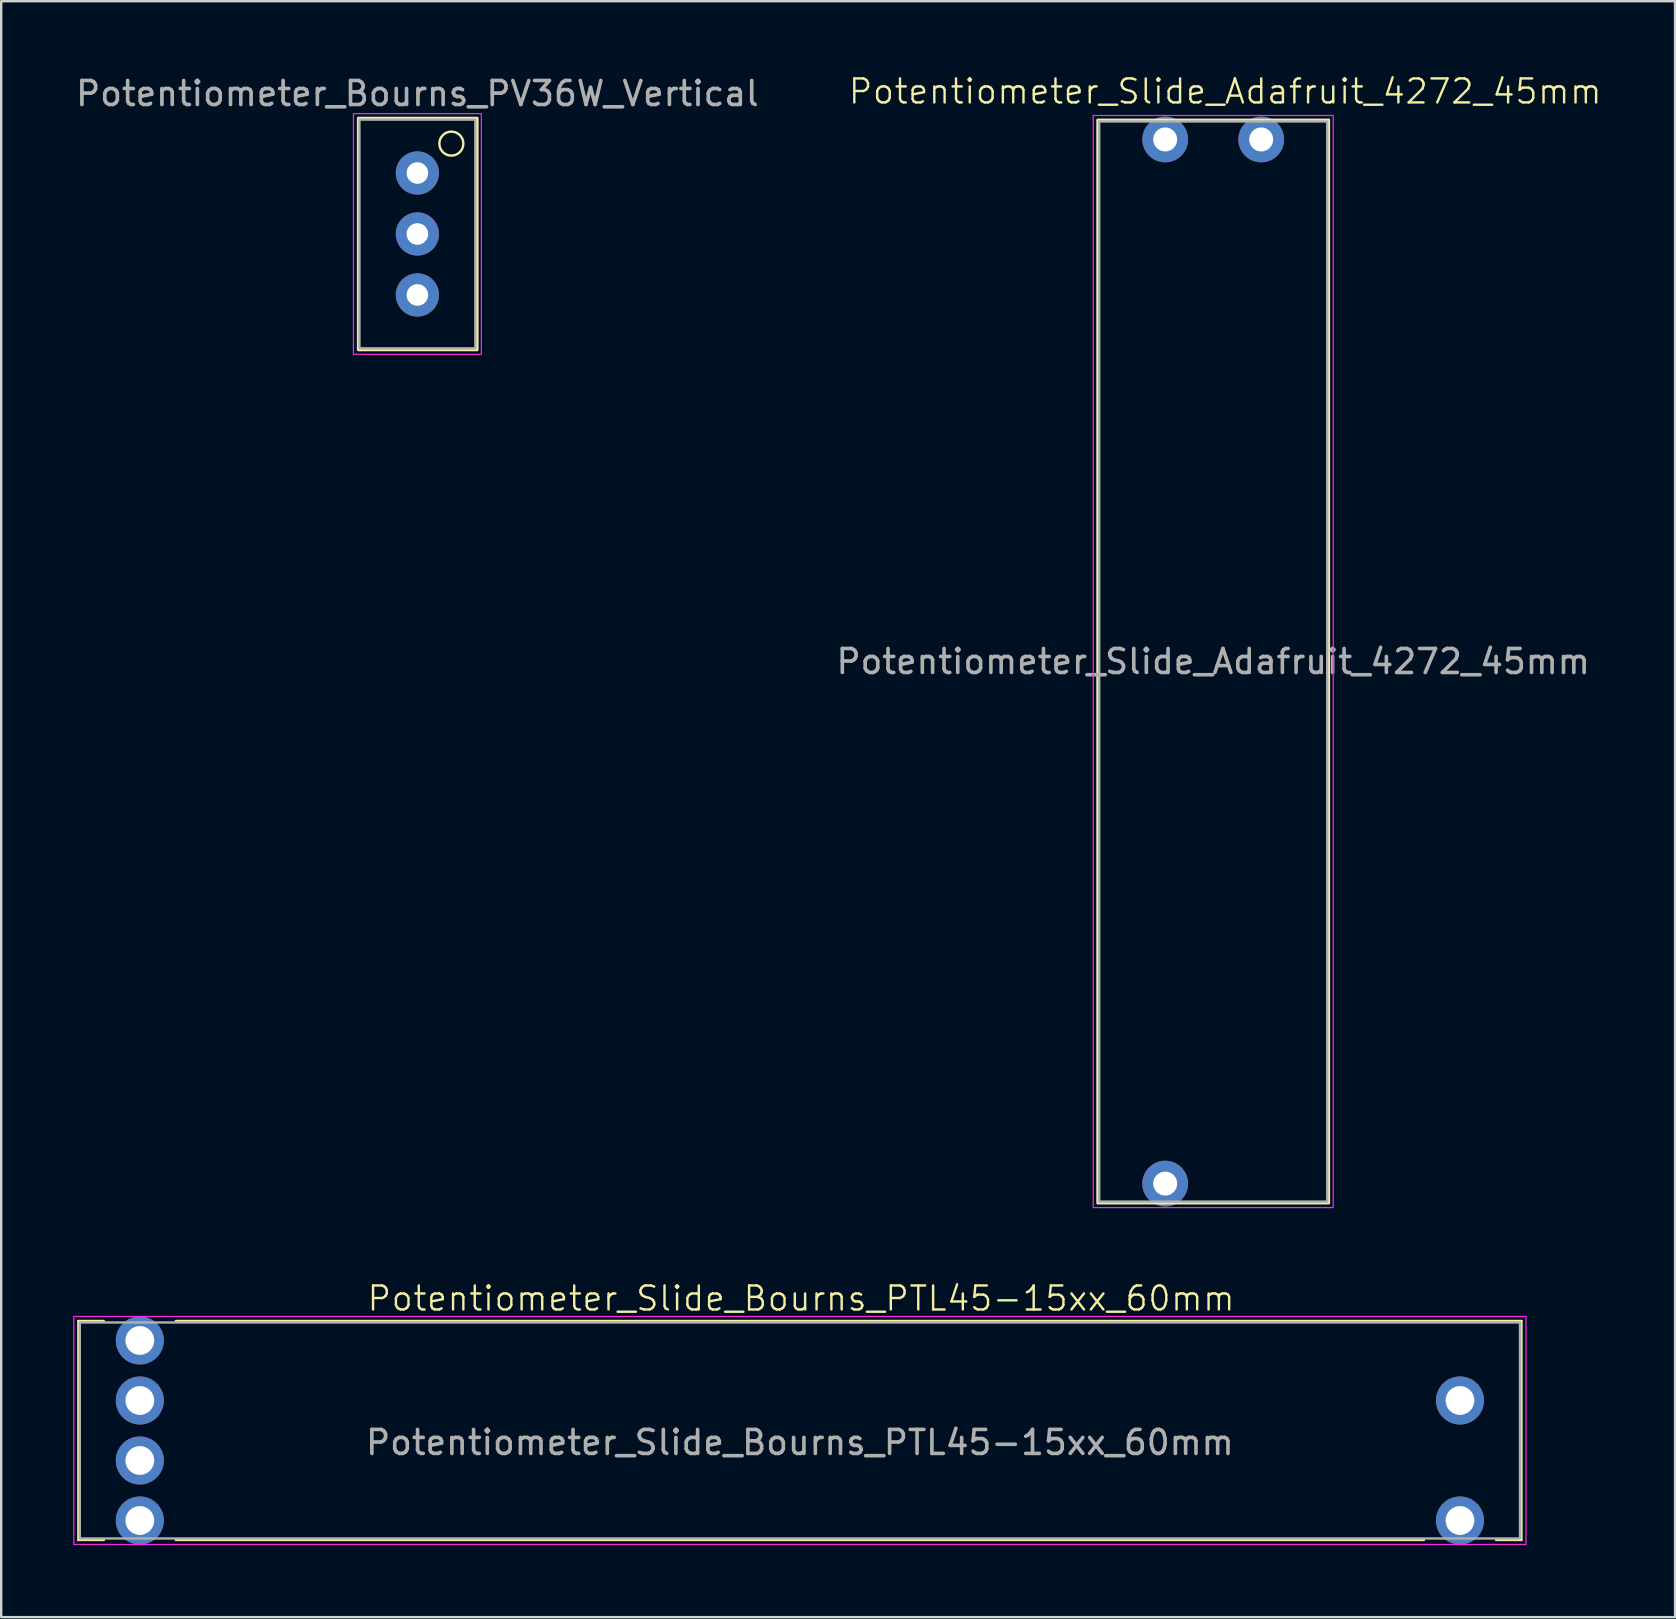
<source format=kicad_pcb>
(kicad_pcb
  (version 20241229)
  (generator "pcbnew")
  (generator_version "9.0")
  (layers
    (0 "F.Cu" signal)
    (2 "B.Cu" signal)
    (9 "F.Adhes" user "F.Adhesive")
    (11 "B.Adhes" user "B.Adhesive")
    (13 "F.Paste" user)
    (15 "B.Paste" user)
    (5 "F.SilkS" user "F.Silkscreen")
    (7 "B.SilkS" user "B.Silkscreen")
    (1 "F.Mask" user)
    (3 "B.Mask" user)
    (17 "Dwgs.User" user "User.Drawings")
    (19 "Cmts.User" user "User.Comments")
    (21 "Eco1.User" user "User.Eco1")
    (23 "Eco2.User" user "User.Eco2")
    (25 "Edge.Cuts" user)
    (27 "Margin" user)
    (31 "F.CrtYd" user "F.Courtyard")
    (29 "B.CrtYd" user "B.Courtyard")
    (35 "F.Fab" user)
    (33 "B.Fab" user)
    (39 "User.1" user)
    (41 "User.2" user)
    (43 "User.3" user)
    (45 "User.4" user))
  (footprint "Potentiometer_Slide_Bourns_PTL45-15xx_60mm"
    (layer "F.Cu")
    (at 2.775 52.796)
    (property "Reference" "Potentiometer_Slide_Bourns_PTL45-15xx_60mm" (at 27.55 -1.75 0) (unlocked yes) (layer "F.SilkS") (effects (font (size 1 1) (thickness 0.1))))
    (attr through_hole)
    (fp_line (start -2.56 -0.81) (end -1.5 -0.81) (stroke (width 0.1) (type solid)) (layer "F.SilkS"))
    (fp_line (start -2.56 8.31) (end -2.56 -0.81) (stroke (width 0.1) (type solid)) (layer "F.SilkS"))
    (fp_line (start -2.56 8.31) (end -1.5 8.31) (stroke (width 0.1) (type solid)) (layer "F.SilkS"))
    (fp_line (start 1.5 -0.81) (end 57.56 -0.81) (stroke (width 0.1) (type solid)) (layer "F.SilkS"))
    (fp_line (start 53.5 8.31) (end 1.5 8.31) (stroke (width 0.1) (type solid)) (layer "F.SilkS"))
    (fp_line (start 57.56 -0.81) (end 57.56 8.31) (stroke (width 0.1) (type solid)) (layer "F.SilkS"))
    (fp_line (start 57.56 8.31) (end 56.5 8.31) (stroke (width 0.1) (type solid)) (layer "F.SilkS"))
    (fp_rect (start -2.75 -1) (end 57.75 8.5) (stroke (width 0.05) (type solid)) (fill no) (layer "F.CrtYd"))
    (fp_rect (start -2.5 -0.75) (end 57.5 8.25) (stroke (width 0.1) (type solid)) (fill no) (layer "F.Fab"))
    (fp_text user "${REFERENCE}" (at 27.5 4.25 0) (unlocked yes) (layer "F.Fab") (effects (font (size 1 1) (thickness 0.15))))
    (pad "" thru_hole circle (at 0 5) (size 2 2) (drill 1.2) (layers "*.Cu" "*.Mask"))
    (pad "1" thru_hole circle (at 0 2.5) (size 2 2) (drill 1.2) (layers "*.Cu" "*.Mask"))
    (pad "2" thru_hole circle (at 0 0) (size 2 2) (drill 1.2) (layers "*.Cu" "*.Mask"))
    (pad "3" thru_hole circle (at 55 2.5) (size 2 2) (drill 1.2) (layers "*.Cu" "*.Mask"))
    (pad "A" thru_hole circle (at 55 7.5) (size 2 2) (drill 1.2) (layers "*.Cu" "*.Mask"))
    (pad "K" thru_hole circle (at 0 7.5) (size 2 2) (drill 1.2) (layers "*.Cu" "*.Mask")))
  (footprint "Potentiometer_Slide_Adafruit_4272_45mm"
    (layer "F.Cu")
    (at 45.494 2.76)
    (property "Reference" "Potentiometer_Slide_Adafruit_4272_45mm" (at 2.5 -2 0) (unlocked yes) (layer "F.SilkS") (effects (font (size 1 1) (thickness 0.1))))
    (attr through_hole)
    (fp_rect (start -2.81 -0.81) (end 6.81 44.31) (stroke (width 0.12) (type solid)) (fill no) (layer "F.SilkS"))
    (fp_rect (start -3 -1) (end 7 44.5) (stroke (width 0.05) (type default)) (fill no) (layer "F.CrtYd"))
    (fp_rect (start -2.75 -0.75) (end 6.75 44.25) (stroke (width 0.1) (type solid)) (fill no) (layer "F.Fab"))
    (fp_text user "${REFERENCE}" (at 2 21.75 0) (unlocked yes) (layer "F.Fab") (effects (font (size 1 1) (thickness 0.15))))
    (pad "1" thru_hole circle (at 0 0) (size 1.905 1.905) (drill 1) (layers "*.Cu" "*.Mask"))
    (pad "2" thru_hole circle (at 4 0) (size 1.905 1.905) (drill 1) (layers "*.Cu" "*.Mask"))
    (pad "3" thru_hole circle (at 0 43.5) (size 1.905 1.905) (drill 1) (layers "*.Cu" "*.Mask")))
  (footprint "Potentiometer_Bourns_PV36W_Vertical"
    (layer "F.Cu")
    (at 14.339 6.698)
    (property "Reference" "Potentiometer_Bourns_PV36W_Vertical" (at 0 -5.85 0) (unlocked yes) (layer "F.SilkS") (effects (font (size 1 1) (thickness 0.1))))
    (attr through_hole)
    (fp_rect (start -2.46 -4.825) (end 2.49 4.825) (stroke (width 0.12) (type solid)) (fill no) (layer "F.SilkS"))
    (fp_circle (center 1.415 -3.765) (end 1.915 -3.765) (stroke (width 0.1) (type solid)) (fill no) (layer "F.SilkS"))
    (fp_rect (start -2.665 -5.015) (end 2.665 5.015) (stroke (width 0.05) (type solid)) (fill no) (layer "F.CrtYd"))
    (fp_rect (start -2.415 -4.765) (end 2.415 4.765) (stroke (width 0.1) (type solid)) (fill no) (layer "F.Fab"))
    (fp_text user "${REFERENCE}" (at 0 -5.85 0) (unlocked yes) (layer "F.Fab") (effects (font (size 1 1) (thickness 0.15))))
    (pad "1" thru_hole circle (at 0 -2.54) (size 1.8 1.8) (drill 0.9) (layers "*.Cu" "*.Mask"))
    (pad "2" thru_hole circle (at 0 0) (size 1.8 1.8) (drill 0.9) (layers "*.Cu" "*.Mask"))
    (pad "3" thru_hole circle (at 0 2.54) (size 1.8 1.8) (drill 0.9) (layers "*.Cu" "*.Mask")))
  (gr_rect
    (start -3 -3)
    (end 66.735 64.321)
    (stroke (width 0.1) (type default))
    (fill no)
    (layer "Edge.Cuts")))
</source>
